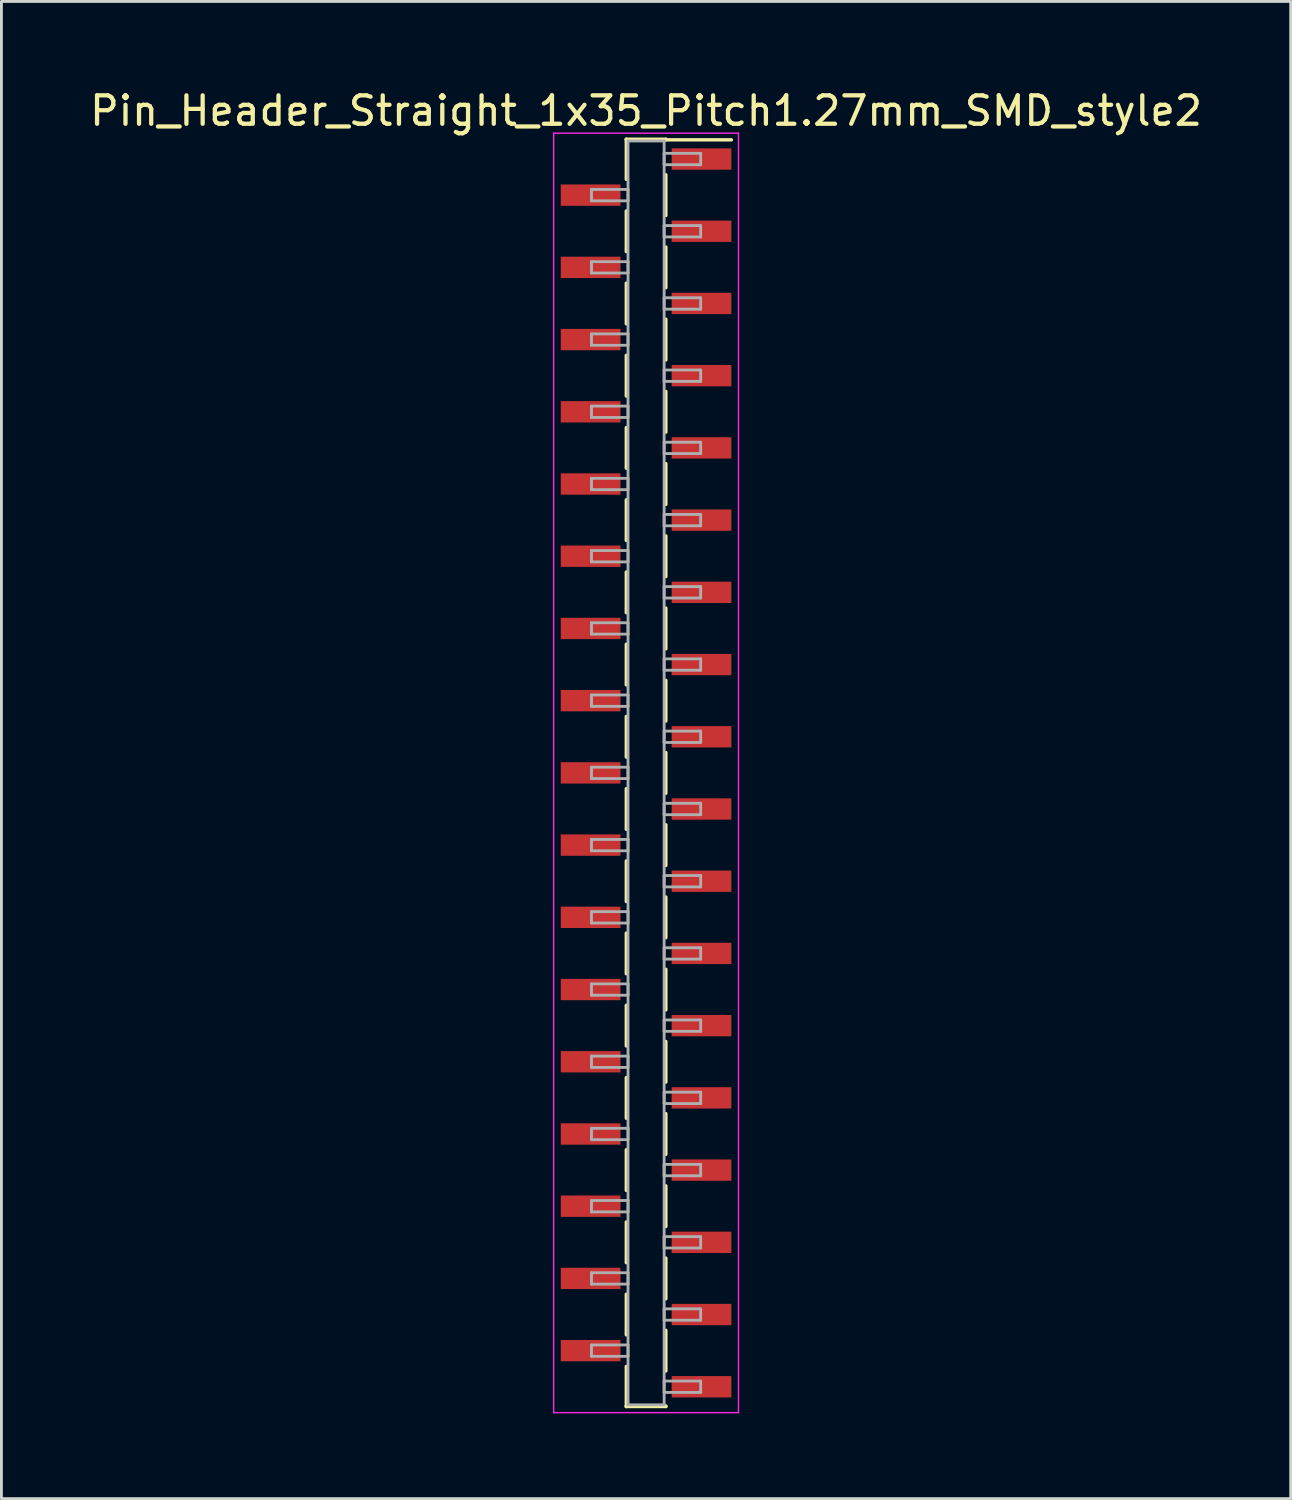
<source format=kicad_pcb>
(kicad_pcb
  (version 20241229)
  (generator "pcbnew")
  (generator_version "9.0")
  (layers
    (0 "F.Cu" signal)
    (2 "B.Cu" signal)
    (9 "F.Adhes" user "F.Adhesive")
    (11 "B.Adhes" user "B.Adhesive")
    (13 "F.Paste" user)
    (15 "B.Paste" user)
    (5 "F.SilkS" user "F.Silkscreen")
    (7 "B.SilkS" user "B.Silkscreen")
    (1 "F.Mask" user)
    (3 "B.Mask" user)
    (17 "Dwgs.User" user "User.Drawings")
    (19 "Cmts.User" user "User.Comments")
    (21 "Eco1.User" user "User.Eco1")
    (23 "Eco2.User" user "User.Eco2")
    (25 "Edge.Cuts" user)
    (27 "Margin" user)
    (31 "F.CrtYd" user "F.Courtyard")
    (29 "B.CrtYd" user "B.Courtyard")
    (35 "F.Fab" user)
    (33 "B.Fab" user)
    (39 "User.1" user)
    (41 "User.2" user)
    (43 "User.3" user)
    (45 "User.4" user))
  (footprint "Pin_Header_Straight_1x35_Pitch1.27mm_SMD_style2"
    (layer "F.Cu")
    (at 19.673 24.133)
    (property "Reference" "Pin_Header_Straight_1x35_Pitch1.27mm_SMD_style2" (at 0 -23.285 0) (layer "F.SilkS") (effects (font (size 1 1) (thickness 0.15))))
    (attr smd)
    (fp_line (start -0.695 -22.285) (end -0.695 -20.875) (stroke (width 0.12) (type solid)) (layer "F.SilkS"))
    (fp_line (start -0.695 -22.285) (end 0.695 -22.285) (stroke (width 0.12) (type solid)) (layer "F.SilkS"))
    (fp_line (start -0.695 -22.265) (end -0.695 -22.285) (stroke (width 0.12) (type solid)) (layer "F.SilkS"))
    (fp_line (start -0.695 -19.765) (end -0.695 -18.335) (stroke (width 0.12) (type solid)) (layer "F.SilkS"))
    (fp_line (start -0.695 -17.225) (end -0.695 -15.795) (stroke (width 0.12) (type solid)) (layer "F.SilkS"))
    (fp_line (start -0.695 -14.685) (end -0.695 -13.255) (stroke (width 0.12) (type solid)) (layer "F.SilkS"))
    (fp_line (start -0.695 -12.145) (end -0.695 -10.715) (stroke (width 0.12) (type solid)) (layer "F.SilkS"))
    (fp_line (start -0.695 -9.605) (end -0.695 -8.175) (stroke (width 0.12) (type solid)) (layer "F.SilkS"))
    (fp_line (start -0.695 -7.065) (end -0.695 -5.635) (stroke (width 0.12) (type solid)) (layer "F.SilkS"))
    (fp_line (start -0.695 -4.525) (end -0.695 -3.095) (stroke (width 0.12) (type solid)) (layer "F.SilkS"))
    (fp_line (start -0.695 -1.985) (end -0.695 -0.555) (stroke (width 0.12) (type solid)) (layer "F.SilkS"))
    (fp_line (start -0.695 0.555) (end -0.695 1.985) (stroke (width 0.12) (type solid)) (layer "F.SilkS"))
    (fp_line (start -0.695 3.095) (end -0.695 4.525) (stroke (width 0.12) (type solid)) (layer "F.SilkS"))
    (fp_line (start -0.695 5.635) (end -0.695 7.065) (stroke (width 0.12) (type solid)) (layer "F.SilkS"))
    (fp_line (start -0.695 8.175) (end -0.695 9.605) (stroke (width 0.12) (type solid)) (layer "F.SilkS"))
    (fp_line (start -0.695 10.715) (end -0.695 12.145) (stroke (width 0.12) (type solid)) (layer "F.SilkS"))
    (fp_line (start -0.695 13.255) (end -0.695 14.685) (stroke (width 0.12) (type solid)) (layer "F.SilkS"))
    (fp_line (start -0.695 15.795) (end -0.695 17.225) (stroke (width 0.12) (type solid)) (layer "F.SilkS"))
    (fp_line (start -0.695 18.335) (end -0.695 19.765) (stroke (width 0.12) (type solid)) (layer "F.SilkS"))
    (fp_line (start -0.695 20.875) (end -0.695 22.285) (stroke (width 0.12) (type solid)) (layer "F.SilkS"))
    (fp_line (start -0.695 22.265) (end -0.695 22.285) (stroke (width 0.12) (type solid)) (layer "F.SilkS"))
    (fp_line (start -0.695 22.285) (end 0.695 22.285) (stroke (width 0.12) (type solid)) (layer "F.SilkS"))
    (fp_line (start 0.695 -22.285) (end 0.695 -22.265) (stroke (width 0.12) (type solid)) (layer "F.SilkS"))
    (fp_line (start 0.695 -22.265) (end 3 -22.265) (stroke (width 0.12) (type solid)) (layer "F.SilkS"))
    (fp_line (start 0.695 -21.035) (end 0.695 -19.605) (stroke (width 0.12) (type solid)) (layer "F.SilkS"))
    (fp_line (start 0.695 -18.495) (end 0.695 -17.065) (stroke (width 0.12) (type solid)) (layer "F.SilkS"))
    (fp_line (start 0.695 -15.955) (end 0.695 -14.525) (stroke (width 0.12) (type solid)) (layer "F.SilkS"))
    (fp_line (start 0.695 -13.415) (end 0.695 -11.985) (stroke (width 0.12) (type solid)) (layer "F.SilkS"))
    (fp_line (start 0.695 -10.875) (end 0.695 -9.445) (stroke (width 0.12) (type solid)) (layer "F.SilkS"))
    (fp_line (start 0.695 -8.335) (end 0.695 -6.905) (stroke (width 0.12) (type solid)) (layer "F.SilkS"))
    (fp_line (start 0.695 -5.795) (end 0.695 -4.365) (stroke (width 0.12) (type solid)) (layer "F.SilkS"))
    (fp_line (start 0.695 -3.255) (end 0.695 -1.825) (stroke (width 0.12) (type solid)) (layer "F.SilkS"))
    (fp_line (start 0.695 -0.715) (end 0.695 0.715) (stroke (width 0.12) (type solid)) (layer "F.SilkS"))
    (fp_line (start 0.695 1.825) (end 0.695 3.255) (stroke (width 0.12) (type solid)) (layer "F.SilkS"))
    (fp_line (start 0.695 4.365) (end 0.695 5.795) (stroke (width 0.12) (type solid)) (layer "F.SilkS"))
    (fp_line (start 0.695 6.905) (end 0.695 8.335) (stroke (width 0.12) (type solid)) (layer "F.SilkS"))
    (fp_line (start 0.695 9.445) (end 0.695 10.875) (stroke (width 0.12) (type solid)) (layer "F.SilkS"))
    (fp_line (start 0.695 11.985) (end 0.695 13.415) (stroke (width 0.12) (type solid)) (layer "F.SilkS"))
    (fp_line (start 0.695 14.525) (end 0.695 15.955) (stroke (width 0.12) (type solid)) (layer "F.SilkS"))
    (fp_line (start 0.695 17.065) (end 0.695 18.495) (stroke (width 0.12) (type solid)) (layer "F.SilkS"))
    (fp_line (start 0.695 19.605) (end 0.695 21.035) (stroke (width 0.12) (type solid)) (layer "F.SilkS"))
    (fp_line (start 0.695 22.285) (end 0.695 22.265) (stroke (width 0.12) (type solid)) (layer "F.SilkS"))
    (fp_line (start -3.25 -22.5) (end -3.25 22.5) (stroke (width 0.05) (type solid)) (layer "F.CrtYd"))
    (fp_line (start -3.25 22.5) (end 3.25 22.5) (stroke (width 0.05) (type solid)) (layer "F.CrtYd"))
    (fp_line (start 3.25 -22.5) (end -3.25 -22.5) (stroke (width 0.05) (type solid)) (layer "F.CrtYd"))
    (fp_line (start 3.25 22.5) (end 3.25 -22.5) (stroke (width 0.05) (type solid)) (layer "F.CrtYd"))
    (fp_line (start -1.92 -20.52) (end -0.635 -20.52) (stroke (width 0.1) (type solid)) (layer "F.Fab"))
    (fp_line (start -1.92 -20.12) (end -1.92 -20.52) (stroke (width 0.1) (type solid)) (layer "F.Fab"))
    (fp_line (start -1.92 -17.98) (end -0.635 -17.98) (stroke (width 0.1) (type solid)) (layer "F.Fab"))
    (fp_line (start -1.92 -17.58) (end -1.92 -17.98) (stroke (width 0.1) (type solid)) (layer "F.Fab"))
    (fp_line (start -1.92 -15.44) (end -0.635 -15.44) (stroke (width 0.1) (type solid)) (layer "F.Fab"))
    (fp_line (start -1.92 -15.04) (end -1.92 -15.44) (stroke (width 0.1) (type solid)) (layer "F.Fab"))
    (fp_line (start -1.92 -12.9) (end -0.635 -12.9) (stroke (width 0.1) (type solid)) (layer "F.Fab"))
    (fp_line (start -1.92 -12.5) (end -1.92 -12.9) (stroke (width 0.1) (type solid)) (layer "F.Fab"))
    (fp_line (start -1.92 -10.36) (end -0.635 -10.36) (stroke (width 0.1) (type solid)) (layer "F.Fab"))
    (fp_line (start -1.92 -9.96) (end -1.92 -10.36) (stroke (width 0.1) (type solid)) (layer "F.Fab"))
    (fp_line (start -1.92 -7.82) (end -0.635 -7.82) (stroke (width 0.1) (type solid)) (layer "F.Fab"))
    (fp_line (start -1.92 -7.42) (end -1.92 -7.82) (stroke (width 0.1) (type solid)) (layer "F.Fab"))
    (fp_line (start -1.92 -5.28) (end -0.635 -5.28) (stroke (width 0.1) (type solid)) (layer "F.Fab"))
    (fp_line (start -1.92 -4.88) (end -1.92 -5.28) (stroke (width 0.1) (type solid)) (layer "F.Fab"))
    (fp_line (start -1.92 -2.74) (end -0.635 -2.74) (stroke (width 0.1) (type solid)) (layer "F.Fab"))
    (fp_line (start -1.92 -2.34) (end -1.92 -2.74) (stroke (width 0.1) (type solid)) (layer "F.Fab"))
    (fp_line (start -1.92 -0.2) (end -0.635 -0.2) (stroke (width 0.1) (type solid)) (layer "F.Fab"))
    (fp_line (start -1.92 0.2) (end -1.92 -0.2) (stroke (width 0.1) (type solid)) (layer "F.Fab"))
    (fp_line (start -1.92 2.34) (end -0.635 2.34) (stroke (width 0.1) (type solid)) (layer "F.Fab"))
    (fp_line (start -1.92 2.74) (end -1.92 2.34) (stroke (width 0.1) (type solid)) (layer "F.Fab"))
    (fp_line (start -1.92 4.88) (end -0.635 4.88) (stroke (width 0.1) (type solid)) (layer "F.Fab"))
    (fp_line (start -1.92 5.28) (end -1.92 4.88) (stroke (width 0.1) (type solid)) (layer "F.Fab"))
    (fp_line (start -1.92 7.42) (end -0.635 7.42) (stroke (width 0.1) (type solid)) (layer "F.Fab"))
    (fp_line (start -1.92 7.82) (end -1.92 7.42) (stroke (width 0.1) (type solid)) (layer "F.Fab"))
    (fp_line (start -1.92 9.96) (end -0.635 9.96) (stroke (width 0.1) (type solid)) (layer "F.Fab"))
    (fp_line (start -1.92 10.36) (end -1.92 9.96) (stroke (width 0.1) (type solid)) (layer "F.Fab"))
    (fp_line (start -1.92 12.5) (end -0.635 12.5) (stroke (width 0.1) (type solid)) (layer "F.Fab"))
    (fp_line (start -1.92 12.9) (end -1.92 12.5) (stroke (width 0.1) (type solid)) (layer "F.Fab"))
    (fp_line (start -1.92 15.04) (end -0.635 15.04) (stroke (width 0.1) (type solid)) (layer "F.Fab"))
    (fp_line (start -1.92 15.44) (end -1.92 15.04) (stroke (width 0.1) (type solid)) (layer "F.Fab"))
    (fp_line (start -1.92 17.58) (end -0.635 17.58) (stroke (width 0.1) (type solid)) (layer "F.Fab"))
    (fp_line (start -1.92 17.98) (end -1.92 17.58) (stroke (width 0.1) (type solid)) (layer "F.Fab"))
    (fp_line (start -1.92 20.12) (end -0.635 20.12) (stroke (width 0.1) (type solid)) (layer "F.Fab"))
    (fp_line (start -1.92 20.52) (end -1.92 20.12) (stroke (width 0.1) (type solid)) (layer "F.Fab"))
    (fp_line (start -0.635 -22.225) (end -0.635 22.225) (stroke (width 0.1) (type solid)) (layer "F.Fab"))
    (fp_line (start -0.635 -20.52) (end -0.635 -20.12) (stroke (width 0.1) (type solid)) (layer "F.Fab"))
    (fp_line (start -0.635 -20.12) (end -1.92 -20.12) (stroke (width 0.1) (type solid)) (layer "F.Fab"))
    (fp_line (start -0.635 -17.98) (end -0.635 -17.58) (stroke (width 0.1) (type solid)) (layer "F.Fab"))
    (fp_line (start -0.635 -17.58) (end -1.92 -17.58) (stroke (width 0.1) (type solid)) (layer "F.Fab"))
    (fp_line (start -0.635 -15.44) (end -0.635 -15.04) (stroke (width 0.1) (type solid)) (layer "F.Fab"))
    (fp_line (start -0.635 -15.04) (end -1.92 -15.04) (stroke (width 0.1) (type solid)) (layer "F.Fab"))
    (fp_line (start -0.635 -12.9) (end -0.635 -12.5) (stroke (width 0.1) (type solid)) (layer "F.Fab"))
    (fp_line (start -0.635 -12.5) (end -1.92 -12.5) (stroke (width 0.1) (type solid)) (layer "F.Fab"))
    (fp_line (start -0.635 -10.36) (end -0.635 -9.96) (stroke (width 0.1) (type solid)) (layer "F.Fab"))
    (fp_line (start -0.635 -9.96) (end -1.92 -9.96) (stroke (width 0.1) (type solid)) (layer "F.Fab"))
    (fp_line (start -0.635 -7.82) (end -0.635 -7.42) (stroke (width 0.1) (type solid)) (layer "F.Fab"))
    (fp_line (start -0.635 -7.42) (end -1.92 -7.42) (stroke (width 0.1) (type solid)) (layer "F.Fab"))
    (fp_line (start -0.635 -5.28) (end -0.635 -4.88) (stroke (width 0.1) (type solid)) (layer "F.Fab"))
    (fp_line (start -0.635 -4.88) (end -1.92 -4.88) (stroke (width 0.1) (type solid)) (layer "F.Fab"))
    (fp_line (start -0.635 -2.74) (end -0.635 -2.34) (stroke (width 0.1) (type solid)) (layer "F.Fab"))
    (fp_line (start -0.635 -2.34) (end -1.92 -2.34) (stroke (width 0.1) (type solid)) (layer "F.Fab"))
    (fp_line (start -0.635 -0.2) (end -0.635 0.2) (stroke (width 0.1) (type solid)) (layer "F.Fab"))
    (fp_line (start -0.635 0.2) (end -1.92 0.2) (stroke (width 0.1) (type solid)) (layer "F.Fab"))
    (fp_line (start -0.635 2.34) (end -0.635 2.74) (stroke (width 0.1) (type solid)) (layer "F.Fab"))
    (fp_line (start -0.635 2.74) (end -1.92 2.74) (stroke (width 0.1) (type solid)) (layer "F.Fab"))
    (fp_line (start -0.635 4.88) (end -0.635 5.28) (stroke (width 0.1) (type solid)) (layer "F.Fab"))
    (fp_line (start -0.635 5.28) (end -1.92 5.28) (stroke (width 0.1) (type solid)) (layer "F.Fab"))
    (fp_line (start -0.635 7.42) (end -0.635 7.82) (stroke (width 0.1) (type solid)) (layer "F.Fab"))
    (fp_line (start -0.635 7.82) (end -1.92 7.82) (stroke (width 0.1) (type solid)) (layer "F.Fab"))
    (fp_line (start -0.635 9.96) (end -0.635 10.36) (stroke (width 0.1) (type solid)) (layer "F.Fab"))
    (fp_line (start -0.635 10.36) (end -1.92 10.36) (stroke (width 0.1) (type solid)) (layer "F.Fab"))
    (fp_line (start -0.635 12.5) (end -0.635 12.9) (stroke (width 0.1) (type solid)) (layer "F.Fab"))
    (fp_line (start -0.635 12.9) (end -1.92 12.9) (stroke (width 0.1) (type solid)) (layer "F.Fab"))
    (fp_line (start -0.635 15.04) (end -0.635 15.44) (stroke (width 0.1) (type solid)) (layer "F.Fab"))
    (fp_line (start -0.635 15.44) (end -1.92 15.44) (stroke (width 0.1) (type solid)) (layer "F.Fab"))
    (fp_line (start -0.635 17.58) (end -0.635 17.98) (stroke (width 0.1) (type solid)) (layer "F.Fab"))
    (fp_line (start -0.635 17.98) (end -1.92 17.98) (stroke (width 0.1) (type solid)) (layer "F.Fab"))
    (fp_line (start -0.635 20.12) (end -0.635 20.52) (stroke (width 0.1) (type solid)) (layer "F.Fab"))
    (fp_line (start -0.635 20.52) (end -1.92 20.52) (stroke (width 0.1) (type solid)) (layer "F.Fab"))
    (fp_line (start -0.635 22.225) (end 0.635 22.225) (stroke (width 0.1) (type solid)) (layer "F.Fab"))
    (fp_line (start 0.635 -22.225) (end -0.635 -22.225) (stroke (width 0.1) (type solid)) (layer "F.Fab"))
    (fp_line (start 0.635 -21.79) (end 0.635 -21.39) (stroke (width 0.1) (type solid)) (layer "F.Fab"))
    (fp_line (start 0.635 -21.39) (end 1.92 -21.39) (stroke (width 0.1) (type solid)) (layer "F.Fab"))
    (fp_line (start 0.635 -19.25) (end 0.635 -18.85) (stroke (width 0.1) (type solid)) (layer "F.Fab"))
    (fp_line (start 0.635 -18.85) (end 1.92 -18.85) (stroke (width 0.1) (type solid)) (layer "F.Fab"))
    (fp_line (start 0.635 -16.71) (end 0.635 -16.31) (stroke (width 0.1) (type solid)) (layer "F.Fab"))
    (fp_line (start 0.635 -16.31) (end 1.92 -16.31) (stroke (width 0.1) (type solid)) (layer "F.Fab"))
    (fp_line (start 0.635 -14.17) (end 0.635 -13.77) (stroke (width 0.1) (type solid)) (layer "F.Fab"))
    (fp_line (start 0.635 -13.77) (end 1.92 -13.77) (stroke (width 0.1) (type solid)) (layer "F.Fab"))
    (fp_line (start 0.635 -11.63) (end 0.635 -11.23) (stroke (width 0.1) (type solid)) (layer "F.Fab"))
    (fp_line (start 0.635 -11.23) (end 1.92 -11.23) (stroke (width 0.1) (type solid)) (layer "F.Fab"))
    (fp_line (start 0.635 -9.09) (end 0.635 -8.69) (stroke (width 0.1) (type solid)) (layer "F.Fab"))
    (fp_line (start 0.635 -8.69) (end 1.92 -8.69) (stroke (width 0.1) (type solid)) (layer "F.Fab"))
    (fp_line (start 0.635 -6.55) (end 0.635 -6.15) (stroke (width 0.1) (type solid)) (layer "F.Fab"))
    (fp_line (start 0.635 -6.15) (end 1.92 -6.15) (stroke (width 0.1) (type solid)) (layer "F.Fab"))
    (fp_line (start 0.635 -4.01) (end 0.635 -3.61) (stroke (width 0.1) (type solid)) (layer "F.Fab"))
    (fp_line (start 0.635 -3.61) (end 1.92 -3.61) (stroke (width 0.1) (type solid)) (layer "F.Fab"))
    (fp_line (start 0.635 -1.47) (end 0.635 -1.07) (stroke (width 0.1) (type solid)) (layer "F.Fab"))
    (fp_line (start 0.635 -1.07) (end 1.92 -1.07) (stroke (width 0.1) (type solid)) (layer "F.Fab"))
    (fp_line (start 0.635 1.07) (end 0.635 1.47) (stroke (width 0.1) (type solid)) (layer "F.Fab"))
    (fp_line (start 0.635 1.47) (end 1.92 1.47) (stroke (width 0.1) (type solid)) (layer "F.Fab"))
    (fp_line (start 0.635 3.61) (end 0.635 4.01) (stroke (width 0.1) (type solid)) (layer "F.Fab"))
    (fp_line (start 0.635 4.01) (end 1.92 4.01) (stroke (width 0.1) (type solid)) (layer "F.Fab"))
    (fp_line (start 0.635 6.15) (end 0.635 6.55) (stroke (width 0.1) (type solid)) (layer "F.Fab"))
    (fp_line (start 0.635 6.55) (end 1.92 6.55) (stroke (width 0.1) (type solid)) (layer "F.Fab"))
    (fp_line (start 0.635 8.69) (end 0.635 9.09) (stroke (width 0.1) (type solid)) (layer "F.Fab"))
    (fp_line (start 0.635 9.09) (end 1.92 9.09) (stroke (width 0.1) (type solid)) (layer "F.Fab"))
    (fp_line (start 0.635 11.23) (end 0.635 11.63) (stroke (width 0.1) (type solid)) (layer "F.Fab"))
    (fp_line (start 0.635 11.63) (end 1.92 11.63) (stroke (width 0.1) (type solid)) (layer "F.Fab"))
    (fp_line (start 0.635 13.77) (end 0.635 14.17) (stroke (width 0.1) (type solid)) (layer "F.Fab"))
    (fp_line (start 0.635 14.17) (end 1.92 14.17) (stroke (width 0.1) (type solid)) (layer "F.Fab"))
    (fp_line (start 0.635 16.31) (end 0.635 16.71) (stroke (width 0.1) (type solid)) (layer "F.Fab"))
    (fp_line (start 0.635 16.71) (end 1.92 16.71) (stroke (width 0.1) (type solid)) (layer "F.Fab"))
    (fp_line (start 0.635 18.85) (end 0.635 19.25) (stroke (width 0.1) (type solid)) (layer "F.Fab"))
    (fp_line (start 0.635 19.25) (end 1.92 19.25) (stroke (width 0.1) (type solid)) (layer "F.Fab"))
    (fp_line (start 0.635 21.39) (end 0.635 21.79) (stroke (width 0.1) (type solid)) (layer "F.Fab"))
    (fp_line (start 0.635 21.79) (end 1.92 21.79) (stroke (width 0.1) (type solid)) (layer "F.Fab"))
    (fp_line (start 0.635 22.225) (end 0.635 -22.225) (stroke (width 0.1) (type solid)) (layer "F.Fab"))
    (fp_line (start 1.92 -21.79) (end 0.635 -21.79) (stroke (width 0.1) (type solid)) (layer "F.Fab"))
    (fp_line (start 1.92 -21.39) (end 1.92 -21.79) (stroke (width 0.1) (type solid)) (layer "F.Fab"))
    (fp_line (start 1.92 -19.25) (end 0.635 -19.25) (stroke (width 0.1) (type solid)) (layer "F.Fab"))
    (fp_line (start 1.92 -18.85) (end 1.92 -19.25) (stroke (width 0.1) (type solid)) (layer "F.Fab"))
    (fp_line (start 1.92 -16.71) (end 0.635 -16.71) (stroke (width 0.1) (type solid)) (layer "F.Fab"))
    (fp_line (start 1.92 -16.31) (end 1.92 -16.71) (stroke (width 0.1) (type solid)) (layer "F.Fab"))
    (fp_line (start 1.92 -14.17) (end 0.635 -14.17) (stroke (width 0.1) (type solid)) (layer "F.Fab"))
    (fp_line (start 1.92 -13.77) (end 1.92 -14.17) (stroke (width 0.1) (type solid)) (layer "F.Fab"))
    (fp_line (start 1.92 -11.63) (end 0.635 -11.63) (stroke (width 0.1) (type solid)) (layer "F.Fab"))
    (fp_line (start 1.92 -11.23) (end 1.92 -11.63) (stroke (width 0.1) (type solid)) (layer "F.Fab"))
    (fp_line (start 1.92 -9.09) (end 0.635 -9.09) (stroke (width 0.1) (type solid)) (layer "F.Fab"))
    (fp_line (start 1.92 -8.69) (end 1.92 -9.09) (stroke (width 0.1) (type solid)) (layer "F.Fab"))
    (fp_line (start 1.92 -6.55) (end 0.635 -6.55) (stroke (width 0.1) (type solid)) (layer "F.Fab"))
    (fp_line (start 1.92 -6.15) (end 1.92 -6.55) (stroke (width 0.1) (type solid)) (layer "F.Fab"))
    (fp_line (start 1.92 -4.01) (end 0.635 -4.01) (stroke (width 0.1) (type solid)) (layer "F.Fab"))
    (fp_line (start 1.92 -3.61) (end 1.92 -4.01) (stroke (width 0.1) (type solid)) (layer "F.Fab"))
    (fp_line (start 1.92 -1.47) (end 0.635 -1.47) (stroke (width 0.1) (type solid)) (layer "F.Fab"))
    (fp_line (start 1.92 -1.07) (end 1.92 -1.47) (stroke (width 0.1) (type solid)) (layer "F.Fab"))
    (fp_line (start 1.92 1.07) (end 0.635 1.07) (stroke (width 0.1) (type solid)) (layer "F.Fab"))
    (fp_line (start 1.92 1.47) (end 1.92 1.07) (stroke (width 0.1) (type solid)) (layer "F.Fab"))
    (fp_line (start 1.92 3.61) (end 0.635 3.61) (stroke (width 0.1) (type solid)) (layer "F.Fab"))
    (fp_line (start 1.92 4.01) (end 1.92 3.61) (stroke (width 0.1) (type solid)) (layer "F.Fab"))
    (fp_line (start 1.92 6.15) (end 0.635 6.15) (stroke (width 0.1) (type solid)) (layer "F.Fab"))
    (fp_line (start 1.92 6.55) (end 1.92 6.15) (stroke (width 0.1) (type solid)) (layer "F.Fab"))
    (fp_line (start 1.92 8.69) (end 0.635 8.69) (stroke (width 0.1) (type solid)) (layer "F.Fab"))
    (fp_line (start 1.92 9.09) (end 1.92 8.69) (stroke (width 0.1) (type solid)) (layer "F.Fab"))
    (fp_line (start 1.92 11.23) (end 0.635 11.23) (stroke (width 0.1) (type solid)) (layer "F.Fab"))
    (fp_line (start 1.92 11.63) (end 1.92 11.23) (stroke (width 0.1) (type solid)) (layer "F.Fab"))
    (fp_line (start 1.92 13.77) (end 0.635 13.77) (stroke (width 0.1) (type solid)) (layer "F.Fab"))
    (fp_line (start 1.92 14.17) (end 1.92 13.77) (stroke (width 0.1) (type solid)) (layer "F.Fab"))
    (fp_line (start 1.92 16.31) (end 0.635 16.31) (stroke (width 0.1) (type solid)) (layer "F.Fab"))
    (fp_line (start 1.92 16.71) (end 1.92 16.31) (stroke (width 0.1) (type solid)) (layer "F.Fab"))
    (fp_line (start 1.92 18.85) (end 0.635 18.85) (stroke (width 0.1) (type solid)) (layer "F.Fab"))
    (fp_line (start 1.92 19.25) (end 1.92 18.85) (stroke (width 0.1) (type solid)) (layer "F.Fab"))
    (fp_line (start 1.92 21.39) (end 0.635 21.39) (stroke (width 0.1) (type solid)) (layer "F.Fab"))
    (fp_line (start 1.92 21.79) (end 1.92 21.39) (stroke (width 0.1) (type solid)) (layer "F.Fab"))
    (pad "1" smd rect (at 1.95 -21.59) (size 2.1 0.75) (layers "F.Cu" "F.Mask"))
    (pad "2" smd rect (at -1.95 -20.32) (size 2.1 0.75) (layers "F.Cu" "F.Mask"))
    (pad "3" smd rect (at 1.95 -19.05) (size 2.1 0.75) (layers "F.Cu" "F.Mask"))
    (pad "4" smd rect (at -1.95 -17.78) (size 2.1 0.75) (layers "F.Cu" "F.Mask"))
    (pad "5" smd rect (at 1.95 -16.51) (size 2.1 0.75) (layers "F.Cu" "F.Mask"))
    (pad "6" smd rect (at -1.95 -15.24) (size 2.1 0.75) (layers "F.Cu" "F.Mask"))
    (pad "7" smd rect (at 1.95 -13.97) (size 2.1 0.75) (layers "F.Cu" "F.Mask"))
    (pad "8" smd rect (at -1.95 -12.7) (size 2.1 0.75) (layers "F.Cu" "F.Mask"))
    (pad "9" smd rect (at 1.95 -11.43) (size 2.1 0.75) (layers "F.Cu" "F.Mask"))
    (pad "10" smd rect (at -1.95 -10.16) (size 2.1 0.75) (layers "F.Cu" "F.Mask"))
    (pad "11" smd rect (at 1.95 -8.89) (size 2.1 0.75) (layers "F.Cu" "F.Mask"))
    (pad "12" smd rect (at -1.95 -7.62) (size 2.1 0.75) (layers "F.Cu" "F.Mask"))
    (pad "13" smd rect (at 1.95 -6.35) (size 2.1 0.75) (layers "F.Cu" "F.Mask"))
    (pad "14" smd rect (at -1.95 -5.08) (size 2.1 0.75) (layers "F.Cu" "F.Mask"))
    (pad "15" smd rect (at 1.95 -3.81) (size 2.1 0.75) (layers "F.Cu" "F.Mask"))
    (pad "16" smd rect (at -1.95 -2.54) (size 2.1 0.75) (layers "F.Cu" "F.Mask"))
    (pad "17" smd rect (at 1.95 -1.27) (size 2.1 0.75) (layers "F.Cu" "F.Mask"))
    (pad "18" smd rect (at -1.95 0) (size 2.1 0.75) (layers "F.Cu" "F.Mask"))
    (pad "19" smd rect (at 1.95 1.27) (size 2.1 0.75) (layers "F.Cu" "F.Mask"))
    (pad "20" smd rect (at -1.95 2.54) (size 2.1 0.75) (layers "F.Cu" "F.Mask"))
    (pad "21" smd rect (at 1.95 3.81) (size 2.1 0.75) (layers "F.Cu" "F.Mask"))
    (pad "22" smd rect (at -1.95 5.08) (size 2.1 0.75) (layers "F.Cu" "F.Mask"))
    (pad "23" smd rect (at 1.95 6.35) (size 2.1 0.75) (layers "F.Cu" "F.Mask"))
    (pad "24" smd rect (at -1.95 7.62) (size 2.1 0.75) (layers "F.Cu" "F.Mask"))
    (pad "25" smd rect (at 1.95 8.89) (size 2.1 0.75) (layers "F.Cu" "F.Mask"))
    (pad "26" smd rect (at -1.95 10.16) (size 2.1 0.75) (layers "F.Cu" "F.Mask"))
    (pad "27" smd rect (at 1.95 11.43) (size 2.1 0.75) (layers "F.Cu" "F.Mask"))
    (pad "28" smd rect (at -1.95 12.7) (size 2.1 0.75) (layers "F.Cu" "F.Mask"))
    (pad "29" smd rect (at 1.95 13.97) (size 2.1 0.75) (layers "F.Cu" "F.Mask"))
    (pad "30" smd rect (at -1.95 15.24) (size 2.1 0.75) (layers "F.Cu" "F.Mask"))
    (pad "31" smd rect (at 1.95 16.51) (size 2.1 0.75) (layers "F.Cu" "F.Mask"))
    (pad "32" smd rect (at -1.95 17.78) (size 2.1 0.75) (layers "F.Cu" "F.Mask"))
    (pad "33" smd rect (at 1.95 19.05) (size 2.1 0.75) (layers "F.Cu" "F.Mask"))
    (pad "34" smd rect (at -1.95 20.32) (size 2.1 0.75) (layers "F.Cu" "F.Mask"))
    (pad "35" smd rect (at 1.95 21.59) (size 2.1 0.75) (layers "F.Cu" "F.Mask")))
  (gr_rect
    (start -3 -3)
    (end 42.345 49.658)
    (stroke (width 0.1) (type default))
    (fill no)
    (layer "Edge.Cuts")))
</source>
